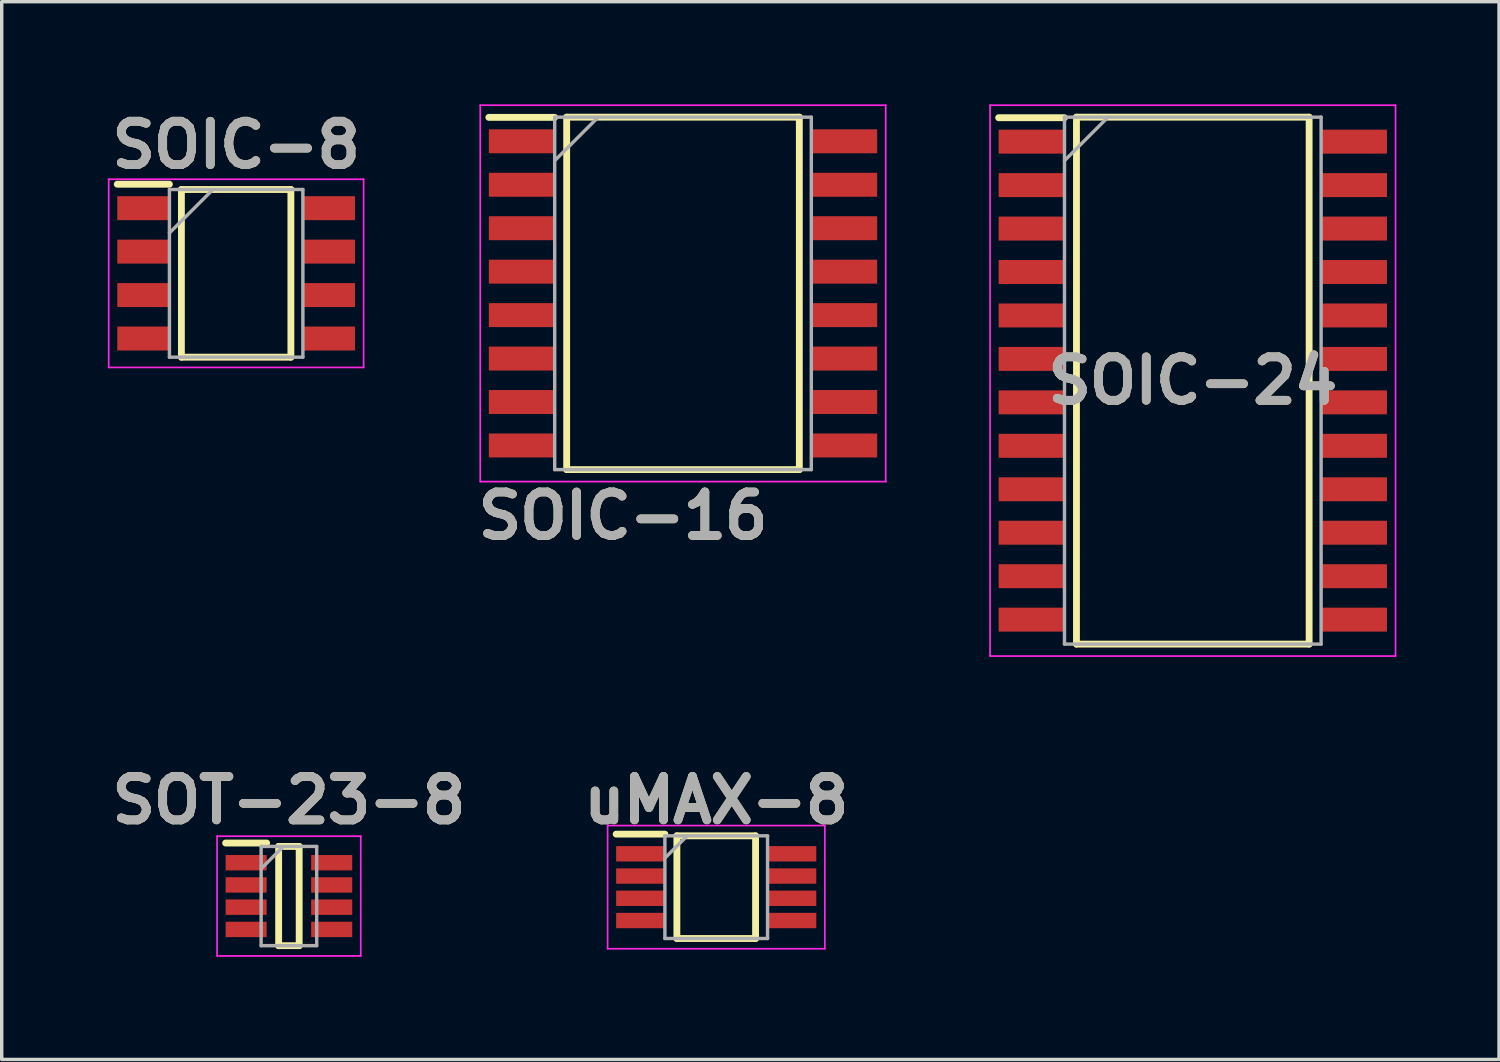
<source format=kicad_pcb>
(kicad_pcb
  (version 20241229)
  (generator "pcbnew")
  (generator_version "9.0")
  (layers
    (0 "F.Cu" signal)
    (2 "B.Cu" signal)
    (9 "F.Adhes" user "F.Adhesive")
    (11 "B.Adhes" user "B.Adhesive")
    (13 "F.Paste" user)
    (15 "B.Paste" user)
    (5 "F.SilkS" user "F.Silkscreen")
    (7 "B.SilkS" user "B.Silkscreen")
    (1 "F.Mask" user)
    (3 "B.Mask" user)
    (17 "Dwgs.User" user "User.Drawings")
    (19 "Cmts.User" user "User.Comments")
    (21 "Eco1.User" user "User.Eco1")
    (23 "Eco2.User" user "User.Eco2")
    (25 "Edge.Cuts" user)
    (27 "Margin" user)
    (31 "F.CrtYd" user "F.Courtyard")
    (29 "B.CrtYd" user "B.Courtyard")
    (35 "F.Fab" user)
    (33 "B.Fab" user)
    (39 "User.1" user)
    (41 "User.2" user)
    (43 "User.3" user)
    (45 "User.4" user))
  (footprint "SOIC-8"
    (layer "F.Cu")
    (at 3.852 4.939)
    (property "Reference" "SOIC-8" (at 0 -3.75 0) (layer "F.SilkS") (effects (font (size 1.27 1.27) (thickness 0.254))))
    (attr smd)
    (fp_line (start -3.475 -2.605) (end -1.95 -2.605) (stroke (width 0.2) (type solid)) (layer "F.SilkS"))
    (fp_line (start -1.6 -2.45) (end 1.6 -2.45) (stroke (width 0.2) (type solid)) (layer "F.SilkS"))
    (fp_line (start -1.6 2.45) (end -1.6 -2.45) (stroke (width 0.2) (type solid)) (layer "F.SilkS"))
    (fp_line (start 1.6 -2.45) (end 1.6 2.45) (stroke (width 0.2) (type solid)) (layer "F.SilkS"))
    (fp_line (start 1.6 2.45) (end -1.6 2.45) (stroke (width 0.2) (type solid)) (layer "F.SilkS"))
    (fp_line (start -3.725 -2.75) (end 3.725 -2.75) (stroke (width 0.05) (type solid)) (layer "F.CrtYd"))
    (fp_line (start -3.725 2.75) (end -3.725 -2.75) (stroke (width 0.05) (type solid)) (layer "F.CrtYd"))
    (fp_line (start 3.725 -2.75) (end 3.725 2.75) (stroke (width 0.05) (type solid)) (layer "F.CrtYd"))
    (fp_line (start 3.725 2.75) (end -3.725 2.75) (stroke (width 0.05) (type solid)) (layer "F.CrtYd"))
    (fp_line (start -1.95 -2.45) (end 1.95 -2.45) (stroke (width 0.1) (type solid)) (layer "F.Fab"))
    (fp_line (start -1.95 -1.18) (end -0.68 -2.45) (stroke (width 0.1) (type solid)) (layer "F.Fab"))
    (fp_line (start -1.95 2.45) (end -1.95 -2.45) (stroke (width 0.1) (type solid)) (layer "F.Fab"))
    (fp_line (start 1.95 -2.45) (end 1.95 2.45) (stroke (width 0.1) (type solid)) (layer "F.Fab"))
    (fp_line (start 1.95 2.45) (end -1.95 2.45) (stroke (width 0.1) (type solid)) (layer "F.Fab"))
    (fp_text user "${REFERENCE}" (at 0 -3.75 0) (layer "F.Fab") (effects (font (size 1.27 1.27) (thickness 0.254))))
    (pad "1" smd rect (at -2.712 -1.905 90) (size 0.7 1.525) (layers "F.Cu" "F.Mask" "F.Paste"))
    (pad "2" smd rect (at -2.712 -0.635 90) (size 0.7 1.525) (layers "F.Cu" "F.Mask" "F.Paste"))
    (pad "3" smd rect (at -2.712 0.635 90) (size 0.7 1.525) (layers "F.Cu" "F.Mask" "F.Paste"))
    (pad "4" smd rect (at -2.712 1.905 90) (size 0.7 1.525) (layers "F.Cu" "F.Mask" "F.Paste"))
    (pad "5" smd rect (at 2.712 1.905 90) (size 0.7 1.525) (layers "F.Cu" "F.Mask" "F.Paste"))
    (pad "6" smd rect (at 2.712 0.635 90) (size 0.7 1.525) (layers "F.Cu" "F.Mask" "F.Paste"))
    (pad "7" smd rect (at 2.712 -0.635 90) (size 0.7 1.525) (layers "F.Cu" "F.Mask" "F.Paste"))
    (pad "8" smd rect (at 2.712 -1.905 90) (size 0.7 1.525) (layers "F.Cu" "F.Mask" "F.Paste")))
  (footprint "SOIC-16"
    (layer "F.Cu")
    (at 16.912 5.525)
    (property "Reference" "SOIC-16" (at -1.75 6.5 0) (layer "F.SilkS") (effects (font (size 1.27 1.27) (thickness 0.254))))
    (attr smd)
    (fp_line (start -5.675 -5.145) (end -3.75 -5.145) (stroke (width 0.2) (type solid)) (layer "F.SilkS"))
    (fp_line (start -3.4 -5.15) (end 3.4 -5.15) (stroke (width 0.2) (type solid)) (layer "F.SilkS"))
    (fp_line (start -3.4 5.15) (end -3.4 -5.15) (stroke (width 0.2) (type solid)) (layer "F.SilkS"))
    (fp_line (start 3.4 -5.15) (end 3.4 5.15) (stroke (width 0.2) (type solid)) (layer "F.SilkS"))
    (fp_line (start 3.4 5.15) (end -3.4 5.15) (stroke (width 0.2) (type solid)) (layer "F.SilkS"))
    (fp_line (start -5.925 -5.5) (end 5.925 -5.5) (stroke (width 0.05) (type solid)) (layer "F.CrtYd"))
    (fp_line (start -5.925 5.5) (end -5.925 -5.5) (stroke (width 0.05) (type solid)) (layer "F.CrtYd"))
    (fp_line (start 5.925 -5.5) (end 5.925 5.5) (stroke (width 0.05) (type solid)) (layer "F.CrtYd"))
    (fp_line (start 5.925 5.5) (end -5.925 5.5) (stroke (width 0.05) (type solid)) (layer "F.CrtYd"))
    (fp_line (start -3.75 -5.15) (end 3.75 -5.15) (stroke (width 0.1) (type solid)) (layer "F.Fab"))
    (fp_line (start -3.75 -3.88) (end -2.48 -5.15) (stroke (width 0.1) (type solid)) (layer "F.Fab"))
    (fp_line (start -3.75 5.15) (end -3.75 -5.15) (stroke (width 0.1) (type solid)) (layer "F.Fab"))
    (fp_line (start 3.75 -5.15) (end 3.75 5.15) (stroke (width 0.1) (type solid)) (layer "F.Fab"))
    (fp_line (start 3.75 5.15) (end -3.75 5.15) (stroke (width 0.1) (type solid)) (layer "F.Fab"))
    (fp_text user "${REFERENCE}" (at -1.75 6.5 0) (layer "F.Fab") (effects (font (size 1.27 1.27) (thickness 0.254))))
    (pad "1" smd rect (at -4.712 -4.445 90) (size 0.7 1.925) (layers "F.Cu" "F.Mask" "F.Paste"))
    (pad "2" smd rect (at -4.712 -3.175 90) (size 0.7 1.925) (layers "F.Cu" "F.Mask" "F.Paste"))
    (pad "3" smd rect (at -4.712 -1.905 90) (size 0.7 1.925) (layers "F.Cu" "F.Mask" "F.Paste"))
    (pad "4" smd rect (at -4.712 -0.635 90) (size 0.7 1.925) (layers "F.Cu" "F.Mask" "F.Paste"))
    (pad "5" smd rect (at -4.712 0.635 90) (size 0.7 1.925) (layers "F.Cu" "F.Mask" "F.Paste"))
    (pad "6" smd rect (at -4.712 1.905 90) (size 0.7 1.925) (layers "F.Cu" "F.Mask" "F.Paste"))
    (pad "7" smd rect (at -4.712 3.175 90) (size 0.7 1.925) (layers "F.Cu" "F.Mask" "F.Paste"))
    (pad "8" smd rect (at -4.712 4.445 90) (size 0.7 1.925) (layers "F.Cu" "F.Mask" "F.Paste"))
    (pad "9" smd rect (at 4.712 4.445 90) (size 0.7 1.925) (layers "F.Cu" "F.Mask" "F.Paste"))
    (pad "10" smd rect (at 4.712 3.175 90) (size 0.7 1.925) (layers "F.Cu" "F.Mask" "F.Paste"))
    (pad "11" smd rect (at 4.712 1.905 90) (size 0.7 1.925) (layers "F.Cu" "F.Mask" "F.Paste"))
    (pad "12" smd rect (at 4.712 0.635 90) (size 0.7 1.925) (layers "F.Cu" "F.Mask" "F.Paste"))
    (pad "13" smd rect (at 4.712 -0.635 90) (size 0.7 1.925) (layers "F.Cu" "F.Mask" "F.Paste"))
    (pad "14" smd rect (at 4.712 -1.905 90) (size 0.7 1.925) (layers "F.Cu" "F.Mask" "F.Paste"))
    (pad "15" smd rect (at 4.712 -3.175 90) (size 0.7 1.925) (layers "F.Cu" "F.Mask" "F.Paste"))
    (pad "16" smd rect (at 4.712 -4.445 90) (size 0.7 1.925) (layers "F.Cu" "F.Mask" "F.Paste")))
  (footprint "SOIC-24"
    (layer "F.Cu")
    (at 31.812 8.075)
    (property "Reference" "SOIC-24" (at 0 0 0) (layer "F.SilkS") (effects (font (size 1.27 1.27) (thickness 0.254))))
    (attr smd)
    (fp_line (start -5.675 -7.685) (end -3.75 -7.685) (stroke (width 0.2) (type solid)) (layer "F.SilkS"))
    (fp_line (start -3.4 -7.7) (end 3.4 -7.7) (stroke (width 0.2) (type solid)) (layer "F.SilkS"))
    (fp_line (start -3.4 7.7) (end -3.4 -7.7) (stroke (width 0.2) (type solid)) (layer "F.SilkS"))
    (fp_line (start 3.4 -7.7) (end 3.4 7.7) (stroke (width 0.2) (type solid)) (layer "F.SilkS"))
    (fp_line (start 3.4 7.7) (end -3.4 7.7) (stroke (width 0.2) (type solid)) (layer "F.SilkS"))
    (fp_line (start -5.925 -8.05) (end 5.925 -8.05) (stroke (width 0.05) (type solid)) (layer "F.CrtYd"))
    (fp_line (start -5.925 8.05) (end -5.925 -8.05) (stroke (width 0.05) (type solid)) (layer "F.CrtYd"))
    (fp_line (start 5.925 -8.05) (end 5.925 8.05) (stroke (width 0.05) (type solid)) (layer "F.CrtYd"))
    (fp_line (start 5.925 8.05) (end -5.925 8.05) (stroke (width 0.05) (type solid)) (layer "F.CrtYd"))
    (fp_line (start -3.75 -7.7) (end 3.75 -7.7) (stroke (width 0.1) (type solid)) (layer "F.Fab"))
    (fp_line (start -3.75 -6.43) (end -2.48 -7.7) (stroke (width 0.1) (type solid)) (layer "F.Fab"))
    (fp_line (start -3.75 7.7) (end -3.75 -7.7) (stroke (width 0.1) (type solid)) (layer "F.Fab"))
    (fp_line (start 3.75 -7.7) (end 3.75 7.7) (stroke (width 0.1) (type solid)) (layer "F.Fab"))
    (fp_line (start 3.75 7.7) (end -3.75 7.7) (stroke (width 0.1) (type solid)) (layer "F.Fab"))
    (fp_text user "${REFERENCE}" (at 0 0 0) (layer "F.Fab") (effects (font (size 1.27 1.27) (thickness 0.254))))
    (pad "1" smd rect (at -4.712 -6.985 90) (size 0.7 1.925) (layers "F.Cu" "F.Mask" "F.Paste"))
    (pad "2" smd rect (at -4.712 -5.715 90) (size 0.7 1.925) (layers "F.Cu" "F.Mask" "F.Paste"))
    (pad "3" smd rect (at -4.712 -4.445 90) (size 0.7 1.925) (layers "F.Cu" "F.Mask" "F.Paste"))
    (pad "4" smd rect (at -4.712 -3.175 90) (size 0.7 1.925) (layers "F.Cu" "F.Mask" "F.Paste"))
    (pad "5" smd rect (at -4.712 -1.905 90) (size 0.7 1.925) (layers "F.Cu" "F.Mask" "F.Paste"))
    (pad "6" smd rect (at -4.712 -0.635 90) (size 0.7 1.925) (layers "F.Cu" "F.Mask" "F.Paste"))
    (pad "7" smd rect (at -4.712 0.635 90) (size 0.7 1.925) (layers "F.Cu" "F.Mask" "F.Paste"))
    (pad "8" smd rect (at -4.712 1.905 90) (size 0.7 1.925) (layers "F.Cu" "F.Mask" "F.Paste"))
    (pad "9" smd rect (at -4.712 3.175 90) (size 0.7 1.925) (layers "F.Cu" "F.Mask" "F.Paste"))
    (pad "10" smd rect (at -4.712 4.445 90) (size 0.7 1.925) (layers "F.Cu" "F.Mask" "F.Paste"))
    (pad "11" smd rect (at -4.712 5.715 90) (size 0.7 1.925) (layers "F.Cu" "F.Mask" "F.Paste"))
    (pad "12" smd rect (at -4.712 6.985 90) (size 0.7 1.925) (layers "F.Cu" "F.Mask" "F.Paste"))
    (pad "13" smd rect (at 4.712 6.985 90) (size 0.7 1.925) (layers "F.Cu" "F.Mask" "F.Paste"))
    (pad "14" smd rect (at 4.712 5.715 90) (size 0.7 1.925) (layers "F.Cu" "F.Mask" "F.Paste"))
    (pad "15" smd rect (at 4.712 4.445 90) (size 0.7 1.925) (layers "F.Cu" "F.Mask" "F.Paste"))
    (pad "16" smd rect (at 4.712 3.175 90) (size 0.7 1.925) (layers "F.Cu" "F.Mask" "F.Paste"))
    (pad "17" smd rect (at 4.712 1.905 90) (size 0.7 1.925) (layers "F.Cu" "F.Mask" "F.Paste"))
    (pad "18" smd rect (at 4.712 0.635 90) (size 0.7 1.925) (layers "F.Cu" "F.Mask" "F.Paste"))
    (pad "19" smd rect (at 4.712 -0.635 90) (size 0.7 1.925) (layers "F.Cu" "F.Mask" "F.Paste"))
    (pad "20" smd rect (at 4.712 -1.905 90) (size 0.7 1.925) (layers "F.Cu" "F.Mask" "F.Paste"))
    (pad "21" smd rect (at 4.712 -3.175 90) (size 0.7 1.925) (layers "F.Cu" "F.Mask" "F.Paste"))
    (pad "22" smd rect (at 4.712 -4.445 90) (size 0.7 1.925) (layers "F.Cu" "F.Mask" "F.Paste"))
    (pad "23" smd rect (at 4.712 -5.715 90) (size 0.7 1.925) (layers "F.Cu" "F.Mask" "F.Paste"))
    (pad "24" smd rect (at 4.712 -6.985 90) (size 0.7 1.925) (layers "F.Cu" "F.Mask" "F.Paste")))
  (footprint "uMAX-8"
    (layer "F.Cu")
    (at 17.883 22.879)
    (property "Reference" "uMAX-8" (at 0 -2.54 0) (layer "F.SilkS") (effects (font (size 1.27 1.27) (thickness 0.254))))
    (attr smd)
    (fp_line (start -2.925 -1.55) (end -1.5 -1.55) (stroke (width 0.2) (type solid)) (layer "F.SilkS"))
    (fp_line (start -1.15 -1.5) (end 1.15 -1.5) (stroke (width 0.2) (type solid)) (layer "F.SilkS"))
    (fp_line (start -1.15 1.5) (end -1.15 -1.5) (stroke (width 0.2) (type solid)) (layer "F.SilkS"))
    (fp_line (start 1.15 -1.5) (end 1.15 1.5) (stroke (width 0.2) (type solid)) (layer "F.SilkS"))
    (fp_line (start 1.15 1.5) (end -1.15 1.5) (stroke (width 0.2) (type solid)) (layer "F.SilkS"))
    (fp_line (start -3.175 -1.8) (end 3.175 -1.8) (stroke (width 0.05) (type solid)) (layer "F.CrtYd"))
    (fp_line (start -3.175 1.8) (end -3.175 -1.8) (stroke (width 0.05) (type solid)) (layer "F.CrtYd"))
    (fp_line (start 3.175 -1.8) (end 3.175 1.8) (stroke (width 0.05) (type solid)) (layer "F.CrtYd"))
    (fp_line (start 3.175 1.8) (end -3.175 1.8) (stroke (width 0.05) (type solid)) (layer "F.CrtYd"))
    (fp_line (start -1.5 -1.5) (end 1.5 -1.5) (stroke (width 0.1) (type solid)) (layer "F.Fab"))
    (fp_line (start -1.5 -0.85) (end -0.85 -1.5) (stroke (width 0.1) (type solid)) (layer "F.Fab"))
    (fp_line (start -1.5 1.5) (end -1.5 -1.5) (stroke (width 0.1) (type solid)) (layer "F.Fab"))
    (fp_line (start 1.5 -1.5) (end 1.5 1.5) (stroke (width 0.1) (type solid)) (layer "F.Fab"))
    (fp_line (start 1.5 1.5) (end -1.5 1.5) (stroke (width 0.1) (type solid)) (layer "F.Fab"))
    (fp_text user "${REFERENCE}" (at 0 -2.54 0) (layer "F.Fab") (effects (font (size 1.27 1.27) (thickness 0.254))))
    (pad "1" smd rect (at -2.212 -0.975 90) (size 0.45 1.425) (layers "F.Cu" "F.Mask" "F.Paste"))
    (pad "2" smd rect (at -2.212 -0.325 90) (size 0.45 1.425) (layers "F.Cu" "F.Mask" "F.Paste"))
    (pad "3" smd rect (at -2.212 0.325 90) (size 0.45 1.425) (layers "F.Cu" "F.Mask" "F.Paste"))
    (pad "4" smd rect (at -2.212 0.975 90) (size 0.45 1.425) (layers "F.Cu" "F.Mask" "F.Paste"))
    (pad "5" smd rect (at 2.212 0.975 90) (size 0.45 1.425) (layers "F.Cu" "F.Mask" "F.Paste"))
    (pad "6" smd rect (at 2.212 0.325 90) (size 0.45 1.425) (layers "F.Cu" "F.Mask" "F.Paste"))
    (pad "7" smd rect (at 2.212 -0.325 90) (size 0.45 1.425) (layers "F.Cu" "F.Mask" "F.Paste"))
    (pad "8" smd rect (at 2.212 -0.975 90) (size 0.45 1.425) (layers "F.Cu" "F.Mask" "F.Paste")))
  (footprint "SOT-23-8"
    (layer "F.Cu")
    (at 5.394 23.139)
    (property "Reference" "SOT-23-8" (at 0 -2.8 0) (layer "F.SilkS") (effects (font (size 1.27 1.27) (thickness 0.254))))
    (attr smd)
    (fp_line (start -1.85 -1.55) (end -0.65 -1.55) (stroke (width 0.2) (type solid)) (layer "F.SilkS"))
    (fp_line (start -0.3 -1.45) (end 0.3 -1.45) (stroke (width 0.2) (type solid)) (layer "F.SilkS"))
    (fp_line (start -0.3 1.45) (end -0.3 -1.45) (stroke (width 0.2) (type solid)) (layer "F.SilkS"))
    (fp_line (start 0.3 -1.45) (end 0.3 1.45) (stroke (width 0.2) (type solid)) (layer "F.SilkS"))
    (fp_line (start 0.3 1.45) (end -0.3 1.45) (stroke (width 0.2) (type solid)) (layer "F.SilkS"))
    (fp_line (start -2.1 -1.75) (end 2.1 -1.75) (stroke (width 0.05) (type solid)) (layer "F.CrtYd"))
    (fp_line (start -2.1 1.75) (end -2.1 -1.75) (stroke (width 0.05) (type solid)) (layer "F.CrtYd"))
    (fp_line (start 2.1 -1.75) (end 2.1 1.75) (stroke (width 0.05) (type solid)) (layer "F.CrtYd"))
    (fp_line (start 2.1 1.75) (end -2.1 1.75) (stroke (width 0.05) (type solid)) (layer "F.CrtYd"))
    (fp_line (start -0.812 -1.45) (end 0.812 -1.45) (stroke (width 0.1) (type solid)) (layer "F.Fab"))
    (fp_line (start -0.812 -0.8) (end -0.162 -1.45) (stroke (width 0.1) (type solid)) (layer "F.Fab"))
    (fp_line (start -0.812 1.45) (end -0.812 -1.45) (stroke (width 0.1) (type solid)) (layer "F.Fab"))
    (fp_line (start 0.812 -1.45) (end 0.812 1.45) (stroke (width 0.1) (type solid)) (layer "F.Fab"))
    (fp_line (start 0.812 1.45) (end -0.812 1.45) (stroke (width 0.1) (type solid)) (layer "F.Fab"))
    (fp_text user "${REFERENCE}" (at 0 -2.8 0) (layer "F.Fab") (effects (font (size 1.27 1.27) (thickness 0.254))))
    (pad "1" smd rect (at -1.25 -0.975 90) (size 0.45 1.2) (layers "F.Cu" "F.Mask" "F.Paste"))
    (pad "2" smd rect (at -1.25 -0.325 90) (size 0.45 1.2) (layers "F.Cu" "F.Mask" "F.Paste"))
    (pad "3" smd rect (at -1.25 0.325 90) (size 0.45 1.2) (layers "F.Cu" "F.Mask" "F.Paste"))
    (pad "4" smd rect (at -1.25 0.975 90) (size 0.45 1.2) (layers "F.Cu" "F.Mask" "F.Paste"))
    (pad "5" smd rect (at 1.25 0.975 90) (size 0.45 1.2) (layers "F.Cu" "F.Mask" "F.Paste"))
    (pad "6" smd rect (at 1.25 0.325 90) (size 0.45 1.2) (layers "F.Cu" "F.Mask" "F.Paste"))
    (pad "7" smd rect (at 1.25 -0.325 90) (size 0.45 1.2) (layers "F.Cu" "F.Mask" "F.Paste"))
    (pad "8" smd rect (at 1.25 -0.975 90) (size 0.45 1.2) (layers "F.Cu" "F.Mask" "F.Paste")))
  (gr_rect
    (start -3 -3)
    (end 40.762 27.914)
    (stroke (width 0.1) (type default))
    (fill no)
    (layer "Edge.Cuts")))
</source>
